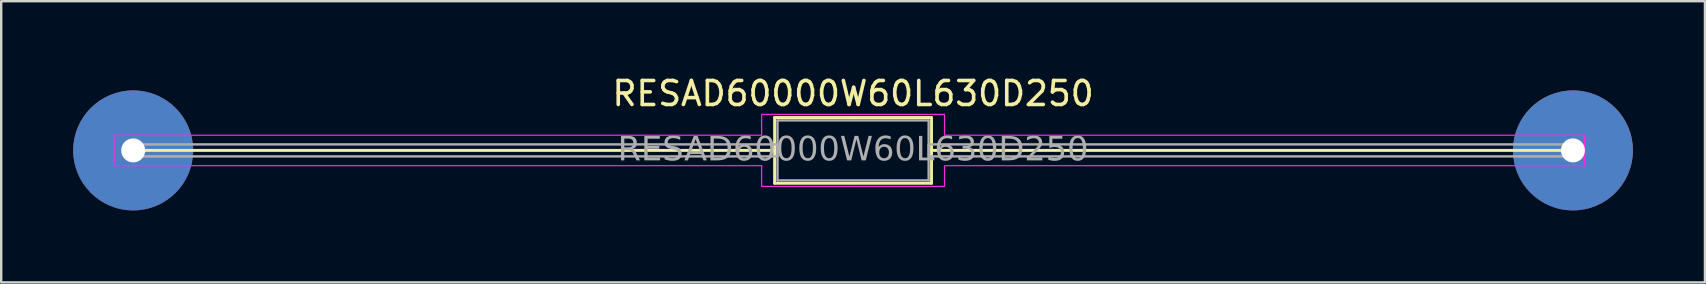
<source format=kicad_pcb>
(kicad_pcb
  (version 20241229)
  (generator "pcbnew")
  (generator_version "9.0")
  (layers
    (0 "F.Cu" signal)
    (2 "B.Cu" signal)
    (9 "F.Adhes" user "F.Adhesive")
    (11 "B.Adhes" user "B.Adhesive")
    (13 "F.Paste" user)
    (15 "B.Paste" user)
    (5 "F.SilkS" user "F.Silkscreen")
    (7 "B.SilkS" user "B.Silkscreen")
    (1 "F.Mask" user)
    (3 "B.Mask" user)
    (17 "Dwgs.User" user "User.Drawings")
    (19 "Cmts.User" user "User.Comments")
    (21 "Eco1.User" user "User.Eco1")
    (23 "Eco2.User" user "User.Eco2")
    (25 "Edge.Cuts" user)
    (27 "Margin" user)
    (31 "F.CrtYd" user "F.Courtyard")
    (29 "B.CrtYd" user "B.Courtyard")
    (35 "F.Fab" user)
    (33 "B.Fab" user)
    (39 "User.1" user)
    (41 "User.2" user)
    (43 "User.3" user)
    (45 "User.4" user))
  (footprint "RESAD60000W60L630D250"
    (layer "F.Cu")
    (at 32.5 3.218)
    (property "Reference" "RESAD60000W60L630D250" (at 0 -2.37 0) (layer "F.SilkS") (effects (font (size 1 1) (thickness 0.15))))
    (attr through_hole)
    (fp_line (start -29.845 0) (end -3.27 0) (stroke (width 0.12) (type solid)) (layer "F.SilkS"))
    (fp_line (start -3.27 -1.37) (end -3.27 1.37) (stroke (width 0.12) (type solid)) (layer "F.SilkS"))
    (fp_line (start -3.27 1.37) (end 3.27 1.37) (stroke (width 0.12) (type solid)) (layer "F.SilkS"))
    (fp_line (start 3.27 -1.37) (end -3.27 -1.37) (stroke (width 0.12) (type solid)) (layer "F.SilkS"))
    (fp_line (start 3.27 1.37) (end 3.27 -1.37) (stroke (width 0.12) (type solid)) (layer "F.SilkS"))
    (fp_line (start 29.845 0) (end 3.27 0) (stroke (width 0.12) (type solid)) (layer "F.SilkS"))
    (fp_line (start -30.797 -0.635) (end -30.797 0) (stroke (width 0.05) (type solid)) (layer "F.CrtYd"))
    (fp_line (start -30.797 -0.635) (end -3.81 -0.635) (stroke (width 0.05) (type solid)) (layer "F.CrtYd"))
    (fp_line (start -30.797 0.635) (end -30.797 0) (stroke (width 0.05) (type solid)) (layer "F.CrtYd"))
    (fp_line (start -30.797 0.635) (end -3.81 0.635) (stroke (width 0.05) (type solid)) (layer "F.CrtYd"))
    (fp_line (start -3.81 -1.5) (end -3.81 -0.635) (stroke (width 0.05) (type solid)) (layer "F.CrtYd"))
    (fp_line (start -3.81 1.5) (end -3.81 0.635) (stroke (width 0.05) (type solid)) (layer "F.CrtYd"))
    (fp_line (start 0 -1.5) (end -3.81 -1.5) (stroke (width 0.05) (type solid)) (layer "F.CrtYd"))
    (fp_line (start 0 -1.5) (end 3.81 -1.5) (stroke (width 0.05) (type solid)) (layer "F.CrtYd"))
    (fp_line (start 0 1.5) (end -3.81 1.5) (stroke (width 0.05) (type solid)) (layer "F.CrtYd"))
    (fp_line (start 0 1.5) (end 3.81 1.5) (stroke (width 0.05) (type solid)) (layer "F.CrtYd"))
    (fp_line (start 3.81 -1.5) (end 3.81 -0.635) (stroke (width 0.05) (type solid)) (layer "F.CrtYd"))
    (fp_line (start 3.81 1.5) (end 3.81 0.635) (stroke (width 0.05) (type solid)) (layer "F.CrtYd"))
    (fp_line (start 30.48 -0.635) (end 3.81 -0.635) (stroke (width 0.05) (type solid)) (layer "F.CrtYd"))
    (fp_line (start 30.48 -0.635) (end 30.48 0) (stroke (width 0.05) (type solid)) (layer "F.CrtYd"))
    (fp_line (start 30.48 0.635) (end 3.81 0.635) (stroke (width 0.05) (type solid)) (layer "F.CrtYd"))
    (fp_line (start 30.48 0.635) (end 30.48 0) (stroke (width 0.05) (type solid)) (layer "F.CrtYd"))
    (fp_line (start -3.15 -1.25) (end -3.15 1.25) (stroke (width 0.1) (type solid)) (layer "F.Fab"))
    (fp_line (start -3.15 1.25) (end 3.15 1.25) (stroke (width 0.1) (type solid)) (layer "F.Fab"))
    (fp_line (start 3.15 -1.25) (end -3.15 -1.25) (stroke (width 0.1) (type solid)) (layer "F.Fab"))
    (fp_line (start 3.15 1.25) (end 3.15 -1.25) (stroke (width 0.1) (type solid)) (layer "F.Fab"))
    (fp_rect (start -29.845 -0.25) (end -3.15 0.25) (stroke (width 0.1) (type solid)) (fill no) (layer "F.Fab"))
    (fp_rect (start 29.845 0.25) (end 3.15 -0.25) (stroke (width 0.1) (type solid)) (fill no) (layer "F.Fab"))
    (fp_text user "${REFERENCE}" (at 0 0 0) (layer "F.Fab") (effects (font (face "Tahoma") (size 1 1) (thickness 0.15))))
    (pad "1" thru_hole circle (at -30 0) (size 5 5) (drill 1) (layers "*.Cu" "*.Mask"))
    (pad "2" thru_hole oval (at 30 0) (size 5 5) (drill 1) (layers "*.Cu" "*.Mask")))
  (gr_rect
    (start -3 -3)
    (end 68 8.718)
    (stroke (width 0.1) (type default))
    (fill no)
    (layer "Edge.Cuts")))
</source>
